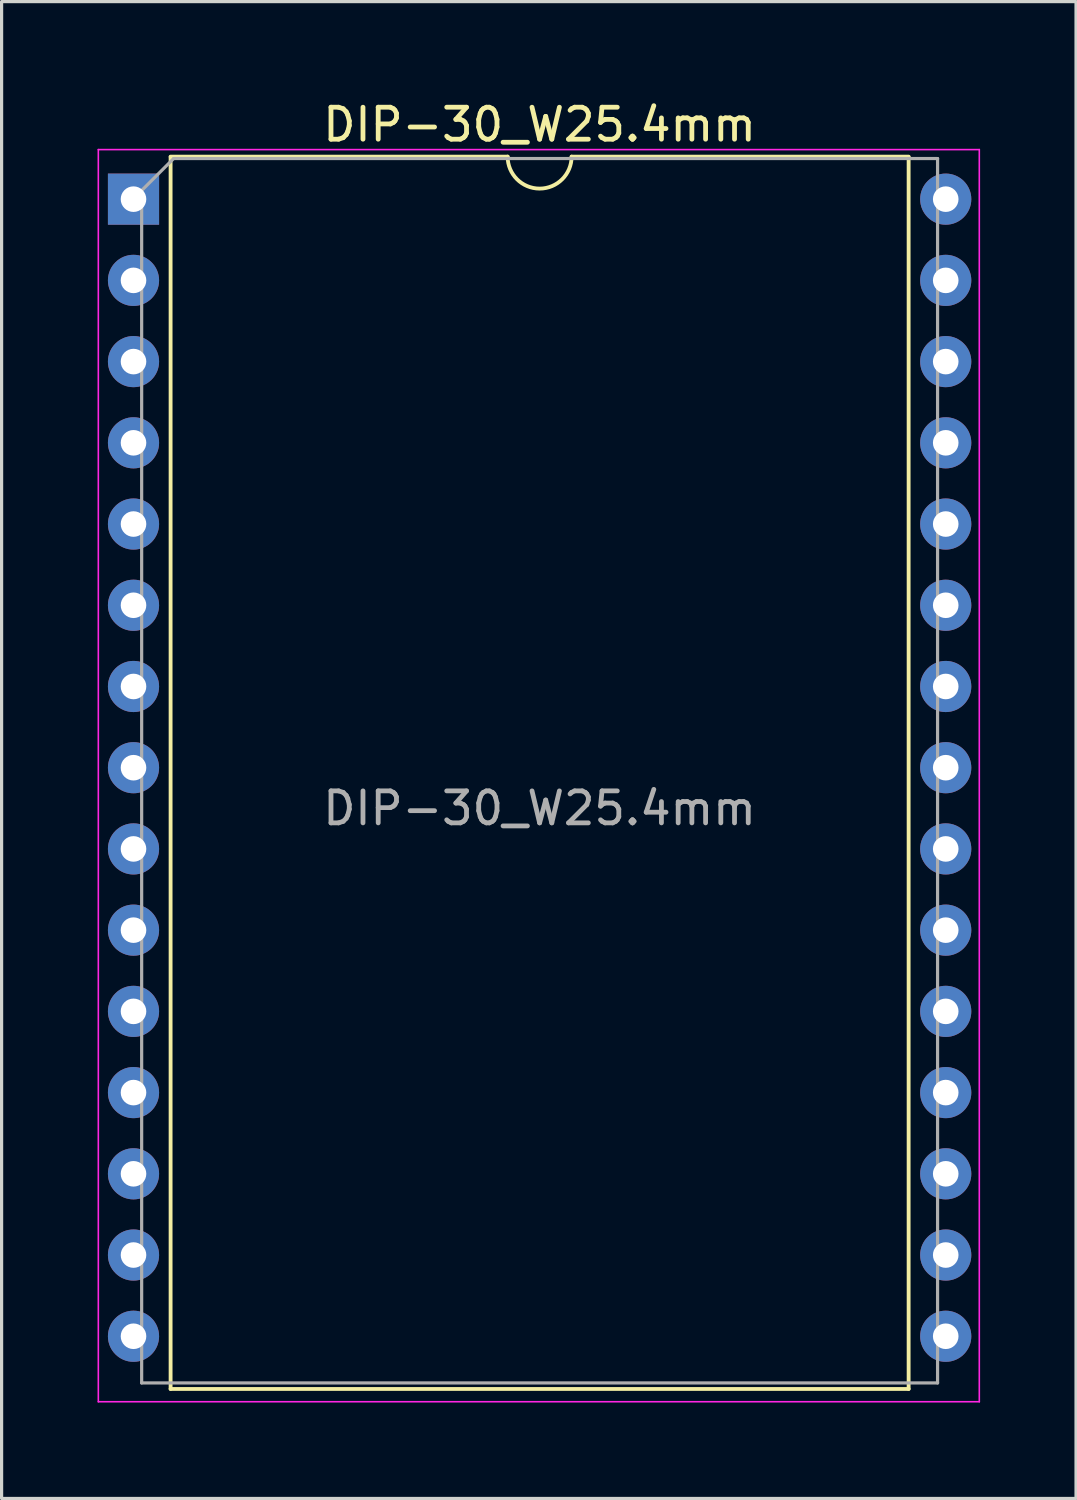
<source format=kicad_pcb>
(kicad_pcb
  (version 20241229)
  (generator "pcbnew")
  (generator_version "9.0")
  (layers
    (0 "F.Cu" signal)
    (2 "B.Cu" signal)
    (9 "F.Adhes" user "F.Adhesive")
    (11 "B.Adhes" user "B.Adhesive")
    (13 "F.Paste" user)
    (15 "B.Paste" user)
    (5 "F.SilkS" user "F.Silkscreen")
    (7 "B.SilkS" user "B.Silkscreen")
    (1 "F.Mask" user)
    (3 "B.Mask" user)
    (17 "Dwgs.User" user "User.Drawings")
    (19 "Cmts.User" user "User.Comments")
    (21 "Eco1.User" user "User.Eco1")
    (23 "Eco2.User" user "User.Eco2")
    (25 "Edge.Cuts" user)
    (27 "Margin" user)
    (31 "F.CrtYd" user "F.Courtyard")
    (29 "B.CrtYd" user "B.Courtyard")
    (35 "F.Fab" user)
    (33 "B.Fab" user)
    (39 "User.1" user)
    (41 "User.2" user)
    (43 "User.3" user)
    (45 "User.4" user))
  (footprint "DIP-30_W25.4mm"
    (layer "F.Cu")
    (at 1.125 3.178)
    (property "Reference" "DIP-30_W25.4mm" (at 12.7 -2.33 0) (layer "F.SilkS") (effects (font (size 1 1) (thickness 0.15))))
    (attr through_hole)
    (fp_line (start 1.16 -1.317) (end 1.16 37.208) (stroke (width 0.12) (type solid)) (layer "F.SilkS"))
    (fp_line (start 1.16 37.208) (end 24.24 37.208) (stroke (width 0.12) (type solid)) (layer "F.SilkS"))
    (fp_line (start 11.7 -1.33) (end 1.16 -1.33) (stroke (width 0.12) (type solid)) (layer "F.SilkS"))
    (fp_line (start 24.24 -1.33) (end 13.7 -1.33) (stroke (width 0.12) (type solid)) (layer "F.SilkS"))
    (fp_line (start 24.24 37.208) (end 24.24 -1.317) (stroke (width 0.12) (type solid)) (layer "F.SilkS"))
    (fp_arc (start 13.7 -1.33) (mid 12.7 -0.33) (end 11.7 -1.33) (stroke (width 0.12) (type solid)) (layer "F.SilkS"))
    (fp_line (start -1.1 -1.55) (end -1.1 37.608) (stroke (width 0.05) (type solid)) (layer "F.CrtYd"))
    (fp_line (start -1.1 37.608) (end 26.45 37.608) (stroke (width 0.05) (type solid)) (layer "F.CrtYd"))
    (fp_line (start 26.45 -1.55) (end -1.1 -1.55) (stroke (width 0.05) (type solid)) (layer "F.CrtYd"))
    (fp_line (start 26.45 37.608) (end 26.45 -1.55) (stroke (width 0.05) (type solid)) (layer "F.CrtYd"))
    (fp_line (start 0.255 -0.27) (end 1.255 -1.27) (stroke (width 0.1) (type solid)) (layer "F.Fab"))
    (fp_line (start 0.255 37.02) (end 0.255 -0.236) (stroke (width 0.1) (type solid)) (layer "F.Fab"))
    (fp_line (start 1.255 -1.27) (end 25.145 -1.27) (stroke (width 0.1) (type solid)) (layer "F.Fab"))
    (fp_line (start 25.145 -1.27) (end 25.145 37.02) (stroke (width 0.1) (type solid)) (layer "F.Fab"))
    (fp_line (start 25.145 37.02) (end 0.255 37.02) (stroke (width 0.1) (type solid)) (layer "F.Fab"))
    (fp_text user "${REFERENCE}" (at 12.7 19.05 0) (layer "F.Fab") (effects (font (size 1 1) (thickness 0.15))))
    (pad "1" thru_hole rect (at 0 0) (size 1.6 1.6) (drill 0.8) (layers "*.Cu" "*.Mask"))
    (pad "2" thru_hole oval (at 0 2.54) (size 1.6 1.6) (drill 0.8) (layers "*.Cu" "*.Mask"))
    (pad "3" thru_hole oval (at 0 5.08) (size 1.6 1.6) (drill 0.8) (layers "*.Cu" "*.Mask"))
    (pad "4" thru_hole oval (at 0 7.62) (size 1.6 1.6) (drill 0.8) (layers "*.Cu" "*.Mask"))
    (pad "5" thru_hole oval (at 0 10.16) (size 1.6 1.6) (drill 0.8) (layers "*.Cu" "*.Mask"))
    (pad "6" thru_hole oval (at 0 12.7) (size 1.6 1.6) (drill 0.8) (layers "*.Cu" "*.Mask"))
    (pad "7" thru_hole oval (at 0 15.24) (size 1.6 1.6) (drill 0.8) (layers "*.Cu" "*.Mask"))
    (pad "8" thru_hole oval (at 0 17.78) (size 1.6 1.6) (drill 0.8) (layers "*.Cu" "*.Mask"))
    (pad "9" thru_hole oval (at 0 20.32) (size 1.6 1.6) (drill 0.8) (layers "*.Cu" "*.Mask"))
    (pad "10" thru_hole oval (at 0 22.86) (size 1.6 1.6) (drill 0.8) (layers "*.Cu" "*.Mask"))
    (pad "11" thru_hole oval (at 0 25.4) (size 1.6 1.6) (drill 0.8) (layers "*.Cu" "*.Mask"))
    (pad "12" thru_hole oval (at 0 27.94) (size 1.6 1.6) (drill 0.8) (layers "*.Cu" "*.Mask"))
    (pad "13" thru_hole oval (at 0 30.48) (size 1.6 1.6) (drill 0.8) (layers "*.Cu" "*.Mask"))
    (pad "14" thru_hole oval (at 0 33.02) (size 1.6 1.6) (drill 0.8) (layers "*.Cu" "*.Mask"))
    (pad "15" thru_hole oval (at 0 35.56) (size 1.6 1.6) (drill 0.8) (layers "*.Cu" "*.Mask"))
    (pad "16" thru_hole oval (at 25.4 35.56) (size 1.6 1.6) (drill 0.8) (layers "*.Cu" "*.Mask"))
    (pad "17" thru_hole oval (at 25.4 33.02) (size 1.6 1.6) (drill 0.8) (layers "*.Cu" "*.Mask"))
    (pad "18" thru_hole oval (at 25.4 30.48) (size 1.6 1.6) (drill 0.8) (layers "*.Cu" "*.Mask"))
    (pad "19" thru_hole oval (at 25.4 27.94) (size 1.6 1.6) (drill 0.8) (layers "*.Cu" "*.Mask"))
    (pad "20" thru_hole oval (at 25.4 25.4) (size 1.6 1.6) (drill 0.8) (layers "*.Cu" "*.Mask"))
    (pad "21" thru_hole oval (at 25.4 22.86) (size 1.6 1.6) (drill 0.8) (layers "*.Cu" "*.Mask"))
    (pad "22" thru_hole oval (at 25.4 20.32) (size 1.6 1.6) (drill 0.8) (layers "*.Cu" "*.Mask"))
    (pad "23" thru_hole oval (at 25.4 17.78) (size 1.6 1.6) (drill 0.8) (layers "*.Cu" "*.Mask"))
    (pad "24" thru_hole oval (at 25.4 15.24) (size 1.6 1.6) (drill 0.8) (layers "*.Cu" "*.Mask"))
    (pad "25" thru_hole oval (at 25.4 12.7) (size 1.6 1.6) (drill 0.8) (layers "*.Cu" "*.Mask"))
    (pad "26" thru_hole oval (at 25.4 10.16) (size 1.6 1.6) (drill 0.8) (layers "*.Cu" "*.Mask"))
    (pad "27" thru_hole oval (at 25.4 7.62) (size 1.6 1.6) (drill 0.8) (layers "*.Cu" "*.Mask"))
    (pad "28" thru_hole oval (at 25.4 5.08) (size 1.6 1.6) (drill 0.8) (layers "*.Cu" "*.Mask"))
    (pad "29" thru_hole oval (at 25.4 2.54) (size 1.6 1.6) (drill 0.8) (layers "*.Cu" "*.Mask"))
    (pad "30" thru_hole oval (at 25.4 0) (size 1.6 1.6) (drill 0.8) (layers "*.Cu" "*.Mask")))
  (gr_rect
    (start -3 -3)
    (end 30.6 43.811)
    (stroke (width 0.1) (type default))
    (fill no)
    (layer "Edge.Cuts")))
</source>
